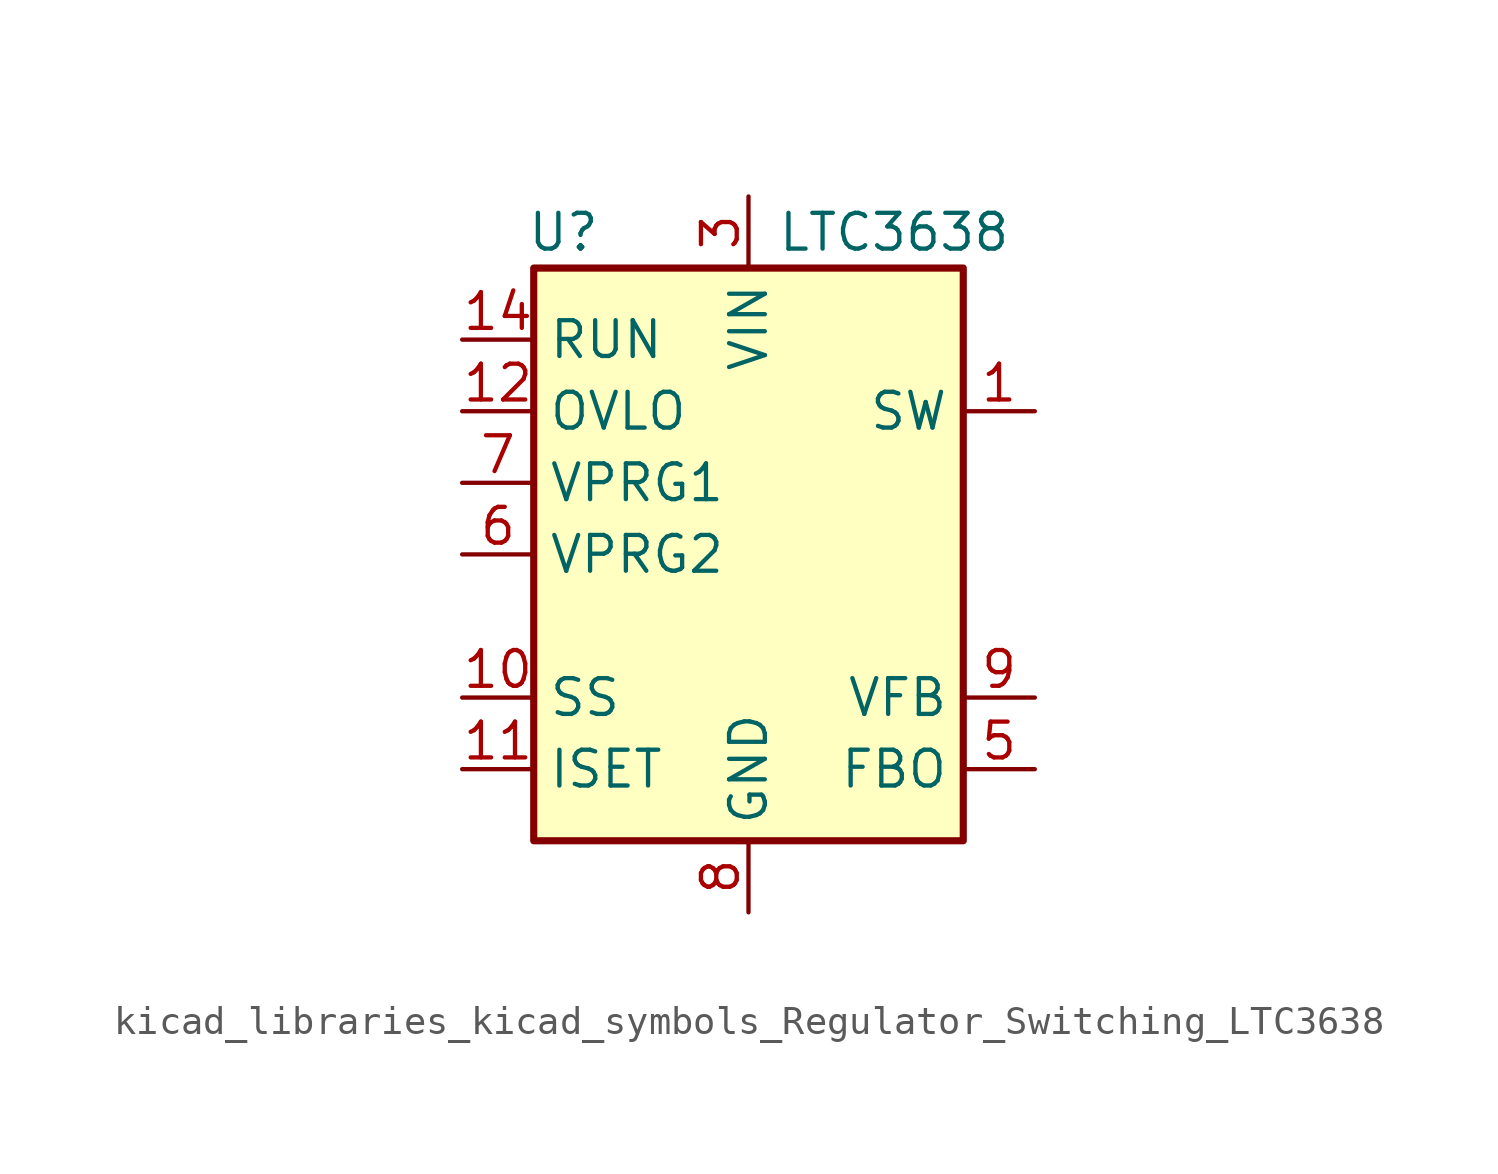
<source format=kicad_sym>
(kicad_symbol_lib
  (version 20220914)
  (generator kicad_symbol_editor)
  (symbol "kicad_libraries_kicad_symbols_Regulator_Switching_LTC3638"
    (property "Reference" "U"
      (at -7.874 11.43 0)
      (effects (font (size 1.27 1.27)) (justify left)))
    (property "Value" "LTC3638"
      (at 1.016 11.43 0)
      (effects (font (size 1.27 1.27)) (justify left)))
    (symbol "kicad_libraries_kicad_symbols_Regulator_Switching_LTC3638_0_1"
      (rectangle (start -7.62 10.16) (end 7.62 -10.16) (stroke (width 0.254) (type default)) (fill (type background))))
    (symbol "kicad_libraries_kicad_symbols_Regulator_Switching_LTC3638_1_1"
      (pin passive line (at 10.16 5.08 180) (length 2.54) (name "SW" (effects (font (size 1.27 1.27)))) (number "1" (effects (font (size 1.27 1.27)))))
      (pin passive line (at -10.16 -5.08 0) (length 2.54) (name "SS" (effects (font (size 1.27 1.27)))) (number "10" (effects (font (size 1.27 1.27)))))
      (pin passive line (at -10.16 -7.62 0) (length 2.54) (name "ISET" (effects (font (size 1.27 1.27)))) (number "11" (effects (font (size 1.27 1.27)))))
      (pin input line (at -10.16 5.08 0) (length 2.54) (name "OVLO" (effects (font (size 1.27 1.27)))) (number "12" (effects (font (size 1.27 1.27)))))
      (pin input line (at -10.16 7.62 0) (length 2.54) (name "RUN" (effects (font (size 1.27 1.27)))) (number "14" (effects (font (size 1.27 1.27)))))
      (pin passive line (at 0 -12.7 90) (length 2.54) hide (name "GND" (effects (font (size 1.27 1.27)))) (number "16" (effects (font (size 1.27 1.27)))))
      (pin passive line (at 0 -12.7 90) (length 2.54) hide (name "GND" (effects (font (size 1.27 1.27)))) (number "17" (effects (font (size 1.27 1.27)))))
      (pin power_in line (at 0 12.7 270) (length 2.54) (name "VIN" (effects (font (size 1.27 1.27)))) (number "3" (effects (font (size 1.27 1.27)))))
      (pin output line (at 10.16 -7.62 180) (length 2.54) (name "FBO" (effects (font (size 1.27 1.27)))) (number "5" (effects (font (size 1.27 1.27)))))
      (pin input line (at -10.16 0 0) (length 2.54) (name "VPRG2" (effects (font (size 1.27 1.27)))) (number "6" (effects (font (size 1.27 1.27)))))
      (pin input line (at -10.16 2.54 0) (length 2.54) (name "VPRG1" (effects (font (size 1.27 1.27)))) (number "7" (effects (font (size 1.27 1.27)))))
      (pin power_in line (at 0 -12.7 90) (length 2.54) (name "GND" (effects (font (size 1.27 1.27)))) (number "8" (effects (font (size 1.27 1.27)))))
      (pin input line (at 10.16 -5.08 180) (length 2.54) (name "VFB" (effects (font (size 1.27 1.27)))) (number "9" (effects (font (size 1.27 1.27))))))))
</source>
